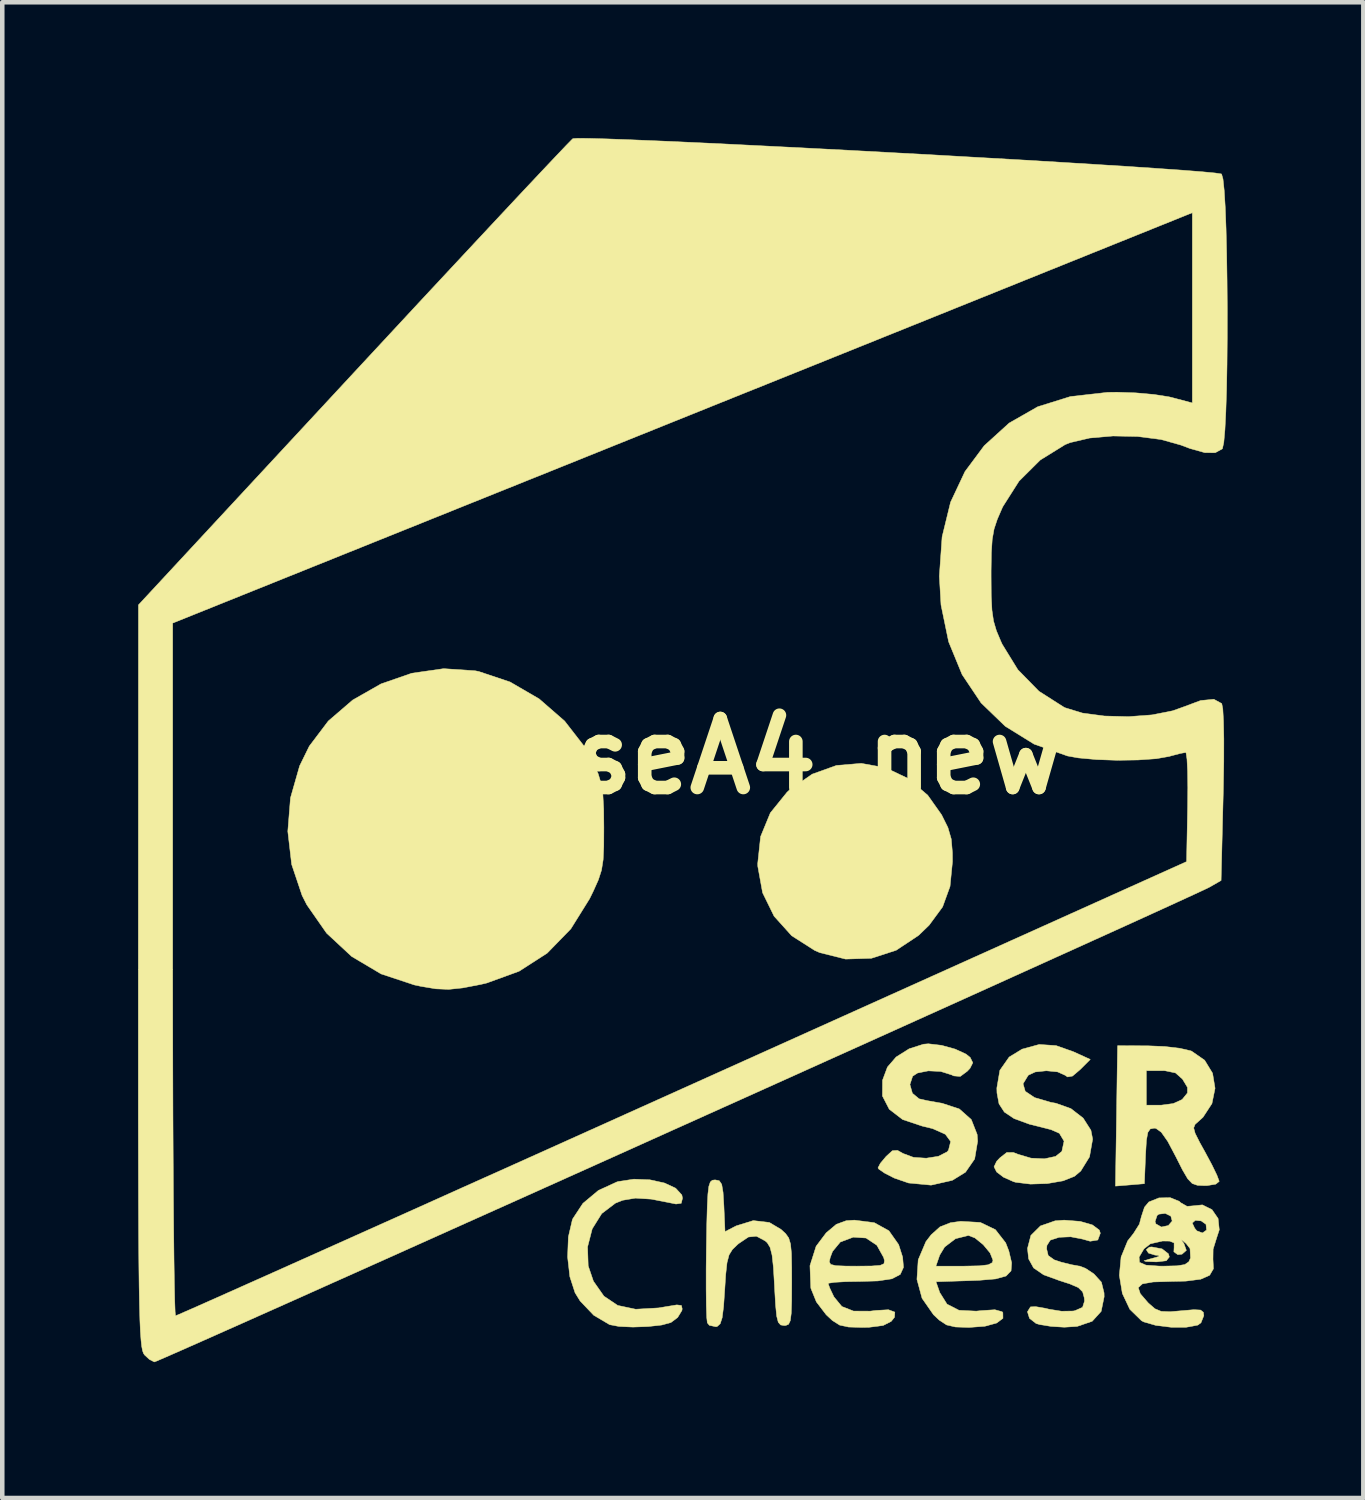
<source format=kicad_pcb>
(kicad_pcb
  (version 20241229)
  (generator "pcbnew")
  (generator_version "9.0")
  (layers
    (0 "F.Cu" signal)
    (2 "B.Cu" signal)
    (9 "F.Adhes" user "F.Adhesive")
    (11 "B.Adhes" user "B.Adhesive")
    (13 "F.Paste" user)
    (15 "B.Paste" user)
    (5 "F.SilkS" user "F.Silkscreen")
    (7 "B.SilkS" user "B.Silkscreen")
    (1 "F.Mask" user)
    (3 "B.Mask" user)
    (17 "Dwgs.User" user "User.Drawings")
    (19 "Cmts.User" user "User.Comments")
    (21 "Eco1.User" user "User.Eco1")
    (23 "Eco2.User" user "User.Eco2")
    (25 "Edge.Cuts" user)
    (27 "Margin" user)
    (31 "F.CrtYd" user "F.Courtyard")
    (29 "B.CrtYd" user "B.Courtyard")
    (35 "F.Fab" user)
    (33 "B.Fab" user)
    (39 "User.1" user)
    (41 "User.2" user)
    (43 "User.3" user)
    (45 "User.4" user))
  (footprint "CheeseA4_new"
    (layer "F.Cu")
    (at 12.279 13.655)
    (property "Reference" "CheeseA4_new" (at 0 0 0) (layer "F.SilkS") (effects (font (size 1.524 1.524) (thickness 0.3))))
    (attr through_hole)
    (fp_poly (pts (xy 10.339 10.88) (xy 10.479 10.989) (xy 10.499 11.058) (xy 10.432 11.142) (xy 10.221 11.167) (xy 10.181 11.166) (xy 9.981 11.158) (xy 9.94 11.143) (xy 10.048 11.109) (xy 10.118 11.091) (xy 10.269 11.047) (xy 10.264 11.024) (xy 10.181 11.017) (xy 10.038 10.973) (xy 9.99 10.898) (xy 10.057 10.842) (xy 10.111 10.837) (xy 10.339 10.88)) (stroke (width 0.01) (type solid)) (fill yes) (layer "F.SilkS"))
    (fp_poly (pts (xy 4.231 0.253) (xy 4.728 0.489) (xy 5.162 0.859) (xy 5.468 1.291) (xy 5.608 1.573) (xy 5.682 1.827) (xy 5.708 2.131) (xy 5.709 2.328) (xy 5.655 2.874) (xy 5.491 3.326) (xy 5.193 3.731) (xy 4.962 3.954) (xy 4.466 4.284) (xy 3.92 4.461) (xy 3.348 4.479) (xy 2.779 4.337) (xy 2.666 4.288) (xy 2.158 3.964) (xy 1.769 3.532) (xy 1.515 3.014) (xy 1.409 2.431) (xy 1.407 2.371) (xy 1.471 1.773) (xy 1.686 1.25) (xy 2.056 0.792) (xy 2.114 0.738) (xy 2.611 0.394) (xy 3.146 0.202) (xy 3.695 0.156) (xy 4.231 0.253)) (stroke (width 0.01) (type solid)) (fill yes) (layer "F.SilkS"))
    (fp_poly (pts (xy -4.833 -1.889) (xy -4.753 -1.873) (xy -4.063 -1.642) (xy -3.421 -1.269) (xy -2.858 -0.779) (xy -2.406 -0.197) (xy -2.22 0.146) (xy -2.117 0.385) (xy -2.051 0.602) (xy -2.013 0.845) (xy -1.995 1.164) (xy -1.991 1.571) (xy -1.993 1.987) (xy -2.007 2.285) (xy -2.043 2.515) (xy -2.112 2.728) (xy -2.223 2.976) (xy -2.306 3.146) (xy -2.721 3.812) (xy -3.243 4.348) (xy -3.864 4.748) (xy -4.579 5.008) (xy -4.711 5.039) (xy -5.111 5.116) (xy -5.418 5.148) (xy -5.703 5.136) (xy -6.037 5.08) (xy -6.181 5.049) (xy -6.911 4.807) (xy -7.562 4.421) (xy -8.115 3.907) (xy -8.552 3.28) (xy -8.656 3.075) (xy -8.887 2.388) (xy -8.972 1.657) (xy -8.913 0.919) (xy -8.711 0.212) (xy -8.498 -0.223) (xy -8.078 -0.779) (xy -7.539 -1.243) (xy -6.914 -1.599) (xy -6.234 -1.835) (xy -5.53 -1.936) (xy -4.833 -1.889)) (stroke (width 0.01) (type solid)) (fill yes) (layer "F.SilkS"))
    (fp_poly (pts (xy -0.975 9.354) (xy -0.655 9.424) (xy -0.406 9.539) (xy -0.269 9.688) (xy -0.254 9.76) (xy -0.282 9.873) (xy -0.398 9.889) (xy -0.487 9.871) (xy -0.945 9.781) (xy -1.293 9.759) (xy -1.575 9.806) (xy -1.734 9.869) (xy -2.038 10.1) (xy -2.248 10.437) (xy -2.351 10.836) (xy -2.337 11.255) (xy -2.222 11.593) (xy -1.99 11.924) (xy -1.685 12.129) (xy -1.288 12.213) (xy -0.783 12.184) (xy -0.605 12.154) (xy -0.379 12.117) (xy -0.278 12.13) (xy -0.261 12.204) (xy -0.267 12.241) (xy -0.361 12.395) (xy -0.509 12.506) (xy -0.709 12.561) (xy -1.011 12.595) (xy -1.349 12.607) (xy -1.657 12.593) (xy -1.863 12.554) (xy -2.215 12.346) (xy -2.516 12.03) (xy -2.627 11.85) (xy -2.742 11.496) (xy -2.792 11.059) (xy -2.775 10.616) (xy -2.688 10.24) (xy -2.679 10.217) (xy -2.454 9.875) (xy -2.112 9.589) (xy -1.703 9.401) (xy -1.672 9.392) (xy -1.327 9.34) (xy -0.975 9.354)) (stroke (width 0.01) (type solid)) (fill yes) (layer "F.SilkS"))
    (fp_poly (pts (xy 6.325 10.296) (xy 6.657 10.455) (xy 6.884 10.746) (xy 6.954 10.926) (xy 7.016 11.187) (xy 7.003 11.366) (xy 6.893 11.479) (xy 6.665 11.543) (xy 6.299 11.574) (xy 6.114 11.581) (xy 5.345 11.606) (xy 5.428 11.844) (xy 5.588 12.1) (xy 5.853 12.236) (xy 6.234 12.255) (xy 6.339 12.244) (xy 6.646 12.224) (xy 6.805 12.268) (xy 6.822 12.287) (xy 6.824 12.414) (xy 6.684 12.518) (xy 6.425 12.589) (xy 6.075 12.615) (xy 6.071 12.615) (xy 5.774 12.605) (xy 5.579 12.56) (xy 5.416 12.453) (xy 5.29 12.334) (xy 5.037 11.971) (xy 4.924 11.553) (xy 4.943 11.261) (xy 5.343 11.261) (xy 5.973 11.261) (xy 6.305 11.254) (xy 6.499 11.231) (xy 6.588 11.184) (xy 6.604 11.13) (xy 6.54 10.97) (xy 6.388 10.787) (xy 6.205 10.638) (xy 6.061 10.583) (xy 5.776 10.655) (xy 5.536 10.838) (xy 5.427 11.018) (xy 5.343 11.261) (xy 4.943 11.261) (xy 4.952 11.122) (xy 5.122 10.72) (xy 5.238 10.569) (xy 5.434 10.393) (xy 5.662 10.303) (xy 5.889 10.271) (xy 6.325 10.296)) (stroke (width 0.01) (type solid)) (fill yes) (layer "F.SilkS"))
    (fp_poly (pts (xy 7.998 6.39) (xy 8.377 6.524) (xy 8.753 6.695) (xy 8.526 6.922) (xy 8.36 7.063) (xy 8.25 7.082) (xy 8.197 7.045) (xy 8.029 6.97) (xy 7.782 6.946) (xy 7.537 6.972) (xy 7.383 7.044) (xy 7.268 7.233) (xy 7.316 7.399) (xy 7.522 7.538) (xy 7.88 7.643) (xy 7.993 7.663) (xy 8.324 7.781) (xy 8.596 7.992) (xy 8.767 8.26) (xy 8.805 8.456) (xy 8.736 8.847) (xy 8.542 9.161) (xy 8.404 9.277) (xy 8.152 9.377) (xy 7.804 9.437) (xy 7.432 9.449) (xy 7.106 9.409) (xy 7.059 9.396) (xy 6.838 9.298) (xy 6.685 9.182) (xy 6.627 9.066) (xy 6.685 8.945) (xy 6.756 8.87) (xy 6.909 8.75) (xy 7.056 8.751) (xy 7.155 8.79) (xy 7.445 8.876) (xy 7.741 8.89) (xy 7.987 8.837) (xy 8.125 8.727) (xy 8.174 8.5) (xy 8.07 8.327) (xy 7.886 8.246) (xy 7.406 8.125) (xy 7.07 8.002) (xy 6.855 7.858) (xy 6.737 7.676) (xy 6.692 7.436) (xy 6.689 7.327) (xy 6.756 6.935) (xy 6.961 6.643) (xy 7.247 6.468) (xy 7.625 6.365) (xy 7.998 6.39)) (stroke (width 0.01) (type solid)) (fill yes) (layer "F.SilkS"))
    (fp_poly (pts (xy 8.531 10.273) (xy 8.801 10.351) (xy 8.953 10.465) (xy 8.975 10.534) (xy 8.919 10.684) (xy 8.75 10.711) (xy 8.58 10.663) (xy 8.321 10.613) (xy 8.065 10.624) (xy 7.869 10.687) (xy 7.795 10.804) (xy 7.789 10.88) (xy 7.824 11.028) (xy 7.958 11.123) (xy 8.107 11.172) (xy 8.336 11.229) (xy 8.499 11.259) (xy 8.519 11.26) (xy 8.646 11.309) (xy 8.825 11.427) (xy 8.836 11.436) (xy 8.999 11.616) (xy 9.057 11.852) (xy 9.059 11.938) (xy 8.993 12.261) (xy 8.795 12.479) (xy 8.464 12.592) (xy 8.18 12.61) (xy 7.887 12.592) (xy 7.638 12.552) (xy 7.556 12.528) (xy 7.41 12.414) (xy 7.365 12.269) (xy 7.432 12.161) (xy 7.548 12.156) (xy 7.759 12.192) (xy 7.839 12.212) (xy 8.118 12.257) (xy 8.373 12.253) (xy 8.414 12.245) (xy 8.582 12.171) (xy 8.626 12.033) (xy 8.62 11.961) (xy 8.584 11.829) (xy 8.488 11.734) (xy 8.291 11.65) (xy 8.086 11.585) (xy 7.723 11.453) (xy 7.501 11.301) (xy 7.391 11.101) (xy 7.366 10.87) (xy 7.441 10.582) (xy 7.652 10.373) (xy 7.976 10.26) (xy 8.176 10.245) (xy 8.531 10.273)) (stroke (width 0.01) (type solid)) (fill yes) (layer "F.SilkS"))
    (fp_poly (pts (xy 10.033 6.395) (xy 10.399 6.41) (xy 10.733 6.45) (xy 10.971 6.505) (xy 10.99 6.512) (xy 11.279 6.713) (xy 11.454 7) (xy 11.509 7.333) (xy 11.44 7.671) (xy 11.243 7.972) (xy 11.153 8.054) (xy 11.068 8.129) (xy 11.037 8.208) (xy 11.069 8.328) (xy 11.17 8.529) (xy 11.29 8.745) (xy 11.44 9.025) (xy 11.55 9.252) (xy 11.599 9.383) (xy 11.599 9.391) (xy 11.525 9.45) (xy 11.339 9.481) (xy 11.279 9.483) (xy 11.12 9.476) (xy 11.005 9.436) (xy 10.905 9.332) (xy 10.789 9.134) (xy 10.645 8.848) (xy 10.464 8.506) (xy 10.322 8.304) (xy 10.204 8.219) (xy 10.164 8.213) (xy 10.077 8.231) (xy 10.024 8.308) (xy 9.993 8.481) (xy 9.975 8.784) (xy 9.973 8.826) (xy 9.948 9.44) (xy 9.629 9.467) (xy 9.309 9.493) (xy 9.333 7.943) (xy 9.347 6.943) (xy 9.991 6.943) (xy 9.991 7.705) (xy 10.323 7.705) (xy 10.585 7.67) (xy 10.776 7.584) (xy 10.789 7.572) (xy 10.899 7.436) (xy 10.899 7.312) (xy 10.79 7.131) (xy 10.635 6.993) (xy 10.395 6.944) (xy 10.325 6.943) (xy 9.991 6.943) (xy 9.347 6.943) (xy 9.356 6.392) (xy 10.033 6.395)) (stroke (width 0.01) (type solid)) (fill yes) (layer "F.SilkS"))
    (fp_poly (pts (xy 5.468 6.384) (xy 5.768 6.467) (xy 6.009 6.578) (xy 6.101 6.652) (xy 6.158 6.769) (xy 6.096 6.892) (xy 6.036 6.956) (xy 5.881 7.071) (xy 5.737 7.059) (xy 5.689 7.036) (xy 5.449 6.961) (xy 5.175 6.948) (xy 4.938 6.995) (xy 4.829 7.066) (xy 4.769 7.25) (xy 4.824 7.443) (xy 4.971 7.565) (xy 4.978 7.567) (xy 5.152 7.606) (xy 5.404 7.651) (xy 5.477 7.663) (xy 5.862 7.79) (xy 6.125 8.024) (xy 6.254 8.352) (xy 6.265 8.502) (xy 6.199 8.894) (xy 5.996 9.187) (xy 5.707 9.365) (xy 5.237 9.472) (xy 4.739 9.425) (xy 4.424 9.316) (xy 4.211 9.207) (xy 4.082 9.118) (xy 4.064 9.09) (xy 4.116 8.99) (xy 4.243 8.838) (xy 4.244 8.837) (xy 4.382 8.711) (xy 4.495 8.704) (xy 4.618 8.773) (xy 4.847 8.858) (xy 5.129 8.877) (xy 5.398 8.835) (xy 5.59 8.737) (xy 5.621 8.7) (xy 5.669 8.508) (xy 5.552 8.349) (xy 5.269 8.223) (xy 5.038 8.167) (xy 4.608 8.023) (xy 4.313 7.796) (xy 4.162 7.503) (xy 4.164 7.155) (xy 4.272 6.865) (xy 4.464 6.642) (xy 4.753 6.46) (xy 5.069 6.359) (xy 5.177 6.35) (xy 5.468 6.384)) (stroke (width 0.01) (type solid)) (fill yes) (layer "F.SilkS"))
    (fp_poly (pts (xy 3.983 10.302) (xy 4.305 10.48) (xy 4.52 10.785) (xy 4.608 11.061) (xy 4.627 11.288) (xy 4.556 11.444) (xy 4.374 11.54) (xy 4.062 11.588) (xy 3.677 11.599) (xy 3.353 11.604) (xy 3.106 11.618) (xy 2.975 11.638) (xy 2.963 11.646) (xy 2.999 11.746) (xy 3.084 11.926) (xy 3.092 11.941) (xy 3.265 12.152) (xy 3.524 12.254) (xy 3.895 12.255) (xy 4.015 12.24) (xy 4.295 12.224) (xy 4.436 12.276) (xy 4.429 12.39) (xy 4.355 12.482) (xy 4.177 12.572) (xy 3.865 12.612) (xy 3.711 12.615) (xy 3.412 12.606) (xy 3.215 12.563) (xy 3.055 12.461) (xy 2.919 12.334) (xy 2.703 12.051) (xy 2.582 11.752) (xy 2.58 11.741) (xy 2.561 11.252) (xy 2.588 11.166) (xy 2.988 11.166) (xy 3.019 11.223) (xy 3.133 11.251) (xy 3.362 11.26) (xy 3.598 11.261) (xy 3.924 11.258) (xy 4.112 11.244) (xy 4.196 11.208) (xy 4.207 11.139) (xy 4.189 11.07) (xy 4.038 10.799) (xy 3.798 10.64) (xy 3.518 10.621) (xy 3.231 10.729) (xy 3.06 10.936) (xy 3.009 11.07) (xy 2.988 11.166) (xy 2.588 11.166) (xy 2.697 10.822) (xy 2.919 10.526) (xy 3.144 10.337) (xy 3.363 10.257) (xy 3.544 10.245) (xy 3.983 10.302)) (stroke (width 0.01) (type solid)) (fill yes) (layer "F.SilkS"))
    (fp_poly (pts (xy 0.557 9.374) (xy 0.612 9.454) (xy 0.642 9.632) (xy 0.66 9.927) (xy 0.685 10.499) (xy 0.931 10.372) (xy 1.309 10.255) (xy 1.665 10.297) (xy 1.921 10.449) (xy 2.024 10.543) (xy 2.092 10.639) (xy 2.132 10.772) (xy 2.152 10.977) (xy 2.158 11.29) (xy 2.159 11.613) (xy 2.157 12.028) (xy 2.148 12.302) (xy 2.127 12.465) (xy 2.089 12.545) (xy 2.028 12.571) (xy 1.99 12.573) (xy 1.913 12.56) (xy 1.861 12.5) (xy 1.826 12.365) (xy 1.802 12.123) (xy 1.78 11.745) (xy 1.778 11.698) (xy 1.754 11.29) (xy 1.724 11.017) (xy 1.68 10.846) (xy 1.617 10.743) (xy 1.571 10.703) (xy 1.378 10.6) (xy 1.201 10.618) (xy 0.985 10.764) (xy 0.959 10.786) (xy 0.847 10.895) (xy 0.774 11.014) (xy 0.729 11.186) (xy 0.7 11.451) (xy 0.679 11.78) (xy 0.653 12.159) (xy 0.622 12.4) (xy 0.579 12.533) (xy 0.516 12.591) (xy 0.487 12.6) (xy 0.34 12.569) (xy 0.294 12.513) (xy 0.281 12.394) (xy 0.272 12.136) (xy 0.268 11.767) (xy 0.268 11.318) (xy 0.273 10.877) (xy 0.282 10.335) (xy 0.293 9.94) (xy 0.307 9.669) (xy 0.328 9.497) (xy 0.36 9.403) (xy 0.404 9.364) (xy 0.464 9.356) (xy 0.466 9.356) (xy 0.557 9.374)) (stroke (width 0.01) (type solid)) (fill yes) (layer "F.SilkS"))
    (fp_poly (pts (xy 10.719 9.83) (xy 10.748 9.859) (xy 10.89 9.94) (xy 10.971 9.934) (xy 11.229 9.908) (xy 11.441 10.013) (xy 11.576 10.209) (xy 11.602 10.459) (xy 11.544 10.636) (xy 11.466 10.888) (xy 11.463 11.109) (xy 11.473 11.319) (xy 11.389 11.463) (xy 11.192 11.55) (xy 10.862 11.592) (xy 10.535 11.599) (xy 10.14 11.611) (xy 9.903 11.653) (xy 9.813 11.736) (xy 9.858 11.871) (xy 10.028 12.068) (xy 10.04 12.08) (xy 10.18 12.202) (xy 10.319 12.26) (xy 10.517 12.268) (xy 10.76 12.247) (xy 11.04 12.223) (xy 11.19 12.231) (xy 11.251 12.28) (xy 11.261 12.354) (xy 11.198 12.512) (xy 11.127 12.564) (xy 10.872 12.611) (xy 10.539 12.611) (xy 10.202 12.57) (xy 9.936 12.493) (xy 9.885 12.467) (xy 9.626 12.214) (xy 9.461 11.864) (xy 9.395 11.465) (xy 9.433 11.062) (xy 9.433 11.061) (xy 9.831 11.061) (xy 9.84 11.177) (xy 9.983 11.239) (xy 10.274 11.26) (xy 10.366 11.261) (xy 10.667 11.254) (xy 10.84 11.226) (xy 10.929 11.165) (xy 10.967 11.082) (xy 10.956 10.873) (xy 10.872 10.764) (xy 10.772 10.678) (xy 10.782 10.708) (xy 10.82 10.76) (xy 10.875 10.913) (xy 10.779 10.997) (xy 10.686 11.007) (xy 10.599 10.945) (xy 10.604 10.851) (xy 10.604 10.747) (xy 10.504 10.708) (xy 10.351 10.706) (xy 10.079 10.768) (xy 9.939 10.878) (xy 9.831 11.061) (xy 9.433 11.061) (xy 9.579 10.703) (xy 9.708 10.539) (xy 9.838 10.333) (xy 9.853 10.276) (xy 10.184 10.276) (xy 10.201 10.327) (xy 10.324 10.397) (xy 10.477 10.364) (xy 10.522 10.312) (xy 11.007 10.312) (xy 11.06 10.425) (xy 11.108 10.482) (xy 11.231 10.528) (xy 11.321 10.464) (xy 11.309 10.338) (xy 11.308 10.337) (xy 11.203 10.262) (xy 11.074 10.249) (xy 11.007 10.307) (xy 11.007 10.312) (xy 10.522 10.312) (xy 10.562 10.266) (xy 10.532 10.156) (xy 10.409 10.096) (xy 10.268 10.113) (xy 10.229 10.141) (xy 10.184 10.276) (xy 9.853 10.276) (xy 9.881 10.168) (xy 9.95 9.959) (xy 10.046 9.844) (xy 10.269 9.754) (xy 10.52 9.749) (xy 10.719 9.83)) (stroke (width 0.01) (type solid)) (fill yes) (layer "F.SilkS"))
    (fp_poly (pts (xy -2.315 -13.648) (xy -1.92 -13.637) (xy -1.401 -13.618) (xy -0.775 -13.592) (xy -0.056 -13.56) (xy 0.74 -13.522) (xy 1.599 -13.479) (xy 2.505 -13.433) (xy 3.443 -13.384) (xy 4.397 -13.332) (xy 5.353 -13.28) (xy 6.295 -13.226) (xy 7.209 -13.174) (xy 8.078 -13.122) (xy 8.887 -13.072) (xy 9.622 -13.026) (xy 10.267 -12.982) (xy 10.807 -12.944) (xy 11.227 -12.911) (xy 11.511 -12.884) (xy 11.645 -12.864) (xy 11.653 -12.86) (xy 11.684 -12.752) (xy 11.711 -12.498) (xy 11.734 -12.122) (xy 11.752 -11.649) (xy 11.765 -11.102) (xy 11.774 -10.505) (xy 11.779 -9.882) (xy 11.778 -9.257) (xy 11.773 -8.653) (xy 11.763 -8.095) (xy 11.747 -7.607) (xy 11.727 -7.212) (xy 11.702 -6.934) (xy 11.672 -6.797) (xy 11.667 -6.79) (xy 11.512 -6.705) (xy 11.283 -6.707) (xy 10.954 -6.799) (xy 10.753 -6.875) (xy 10.318 -6.997) (xy 9.8 -7.064) (xy 9.255 -7.075) (xy 8.739 -7.03) (xy 8.309 -6.929) (xy 8.198 -6.885) (xy 7.649 -6.545) (xy 7.179 -6.078) (xy 6.825 -5.521) (xy 6.806 -5.482) (xy 6.699 -5.235) (xy 6.628 -5.021) (xy 6.587 -4.791) (xy 6.568 -4.497) (xy 6.562 -4.093) (xy 6.562 -3.979) (xy 6.565 -3.543) (xy 6.581 -3.229) (xy 6.616 -2.988) (xy 6.679 -2.774) (xy 6.778 -2.539) (xy 6.806 -2.477) (xy 7.153 -1.913) (xy 7.619 -1.437) (xy 8.169 -1.086) (xy 8.198 -1.072) (xy 8.579 -0.955) (xy 9.064 -0.89) (xy 9.596 -0.876) (xy 10.118 -0.915) (xy 10.572 -1.005) (xy 10.785 -1.081) (xy 11.191 -1.232) (xy 11.482 -1.26) (xy 11.657 -1.165) (xy 11.657 -1.164) (xy 11.68 -1.047) (xy 11.695 -0.781) (xy 11.703 -0.385) (xy 11.702 0.119) (xy 11.692 0.712) (xy 11.689 0.842) (xy 11.642 2.743) (xy 11.388 2.889) (xy 11.279 2.942) (xy 11.027 3.059) (xy 10.644 3.235) (xy 10.139 3.466) (xy 9.522 3.747) (xy 8.805 4.072) (xy 7.996 4.438) (xy 7.108 4.84) (xy 6.149 5.274) (xy 5.13 5.734) (xy 4.062 6.216) (xy 2.954 6.715) (xy 1.818 7.227) (xy 0.663 7.747) (xy -0.5 8.27) (xy -1.661 8.793) (xy -2.809 9.309) (xy -3.935 9.815) (xy -5.028 10.305) (xy -6.077 10.776) (xy -7.073 11.223) (xy -8.005 11.64) (xy -8.862 12.024) (xy -9.635 12.369) (xy -10.313 12.671) (xy -10.886 12.926) (xy -11.343 13.128) (xy -11.675 13.274) (xy -11.87 13.358) (xy -11.921 13.377) (xy -12.03 13.321) (xy -12.137 13.222) (xy -12.16 13.187) (xy -12.181 13.127) (xy -12.199 13.033) (xy -12.214 12.895) (xy -12.228 12.704) (xy -12.239 12.449) (xy -12.248 12.12) (xy -12.256 11.707) (xy -12.262 11.2) (xy -12.267 10.589) (xy -12.27 9.865) (xy -12.272 9.016) (xy -12.274 8.034) (xy -12.274 6.908) (xy -12.274 5.627) (xy -12.274 4.862) (xy -12.271 -2.942) (xy -11.515 -2.942) (xy -11.515 4.709) (xy -11.514 5.832) (xy -11.512 6.904) (xy -11.509 7.915) (xy -11.504 8.853) (xy -11.499 9.705) (xy -11.493 10.46) (xy -11.486 11.105) (xy -11.478 11.63) (xy -11.47 12.021) (xy -11.461 12.268) (xy -11.452 12.358) (xy -11.451 12.358) (xy -11.368 12.323) (xy -11.139 12.223) (xy -10.773 12.061) (xy -10.279 11.841) (xy -9.665 11.567) (xy -8.94 11.243) (xy -8.112 10.872) (xy -7.191 10.459) (xy -6.185 10.008) (xy -5.103 9.521) (xy -3.952 9.005) (xy -2.743 8.461) (xy -1.484 7.894) (xy -0.254 7.34) (xy 10.88 2.326) (xy 10.903 1.121) (xy 10.907 0.691) (xy 10.902 0.329) (xy 10.889 0.064) (xy 10.869 -0.072) (xy 10.86 -0.085) (xy 10.741 -0.063) (xy 10.535 -0.009) (xy 10.498 0.002) (xy 10.21 0.053) (xy 9.809 0.081) (xy 9.351 0.088) (xy 8.892 0.072) (xy 8.486 0.035) (xy 8.248 -0.008) (xy 7.512 -0.269) (xy 6.874 -0.664) (xy 6.341 -1.179) (xy 5.922 -1.805) (xy 5.624 -2.53) (xy 5.456 -3.343) (xy 5.419 -3.979) (xy 5.48 -4.848) (xy 5.667 -5.613) (xy 5.985 -6.289) (xy 6.409 -6.859) (xy 6.96 -7.36) (xy 7.592 -7.721) (xy 8.313 -7.946) (xy 9.135 -8.039) (xy 9.342 -8.042) (xy 9.753 -8.028) (xy 10.161 -7.992) (xy 10.492 -7.94) (xy 10.562 -7.923) (xy 11.007 -7.805) (xy 11.007 -12.007) (xy 6.287 -10.105) (xy 5.411 -9.752) (xy 4.403 -9.346) (xy 3.29 -8.898) (xy 2.098 -8.418) (xy 0.851 -7.917) (xy -0.423 -7.404) (xy -1.7 -6.89) (xy -2.954 -6.385) (xy -4.158 -5.901) (xy -4.974 -5.573) (xy -11.515 -2.942) (xy -12.271 -2.942) (xy -12.271 -3.344) (xy -7.519 -8.467) (xy -6.788 -9.254) (xy -6.09 -10.006) (xy -5.432 -10.712) (xy -4.823 -11.365) (xy -4.273 -11.954) (xy -3.79 -12.47) (xy -3.382 -12.904) (xy -3.058 -13.247) (xy -2.828 -13.489) (xy -2.699 -13.621) (xy -2.675 -13.643) (xy -2.572 -13.65) (xy -2.315 -13.648)) (stroke (width 0.01) (type solid)) (fill yes) (layer "F.SilkS")))
  (gr_rect
    (start -3 -3)
    (end 27.063 30.038)
    (stroke (width 0.1) (type default))
    (fill no)
    (layer "Edge.Cuts")))
</source>
